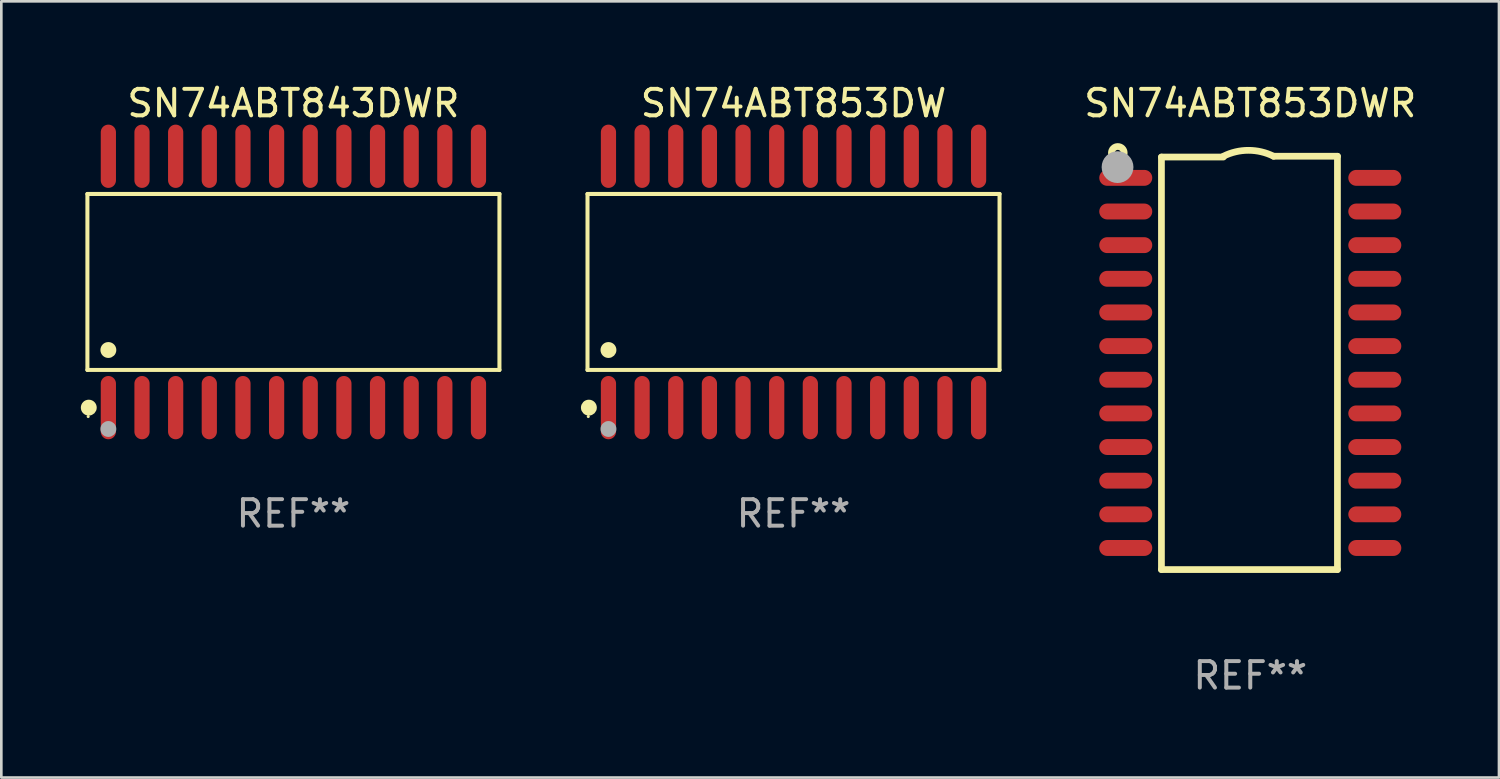
<source format=kicad_pcb>
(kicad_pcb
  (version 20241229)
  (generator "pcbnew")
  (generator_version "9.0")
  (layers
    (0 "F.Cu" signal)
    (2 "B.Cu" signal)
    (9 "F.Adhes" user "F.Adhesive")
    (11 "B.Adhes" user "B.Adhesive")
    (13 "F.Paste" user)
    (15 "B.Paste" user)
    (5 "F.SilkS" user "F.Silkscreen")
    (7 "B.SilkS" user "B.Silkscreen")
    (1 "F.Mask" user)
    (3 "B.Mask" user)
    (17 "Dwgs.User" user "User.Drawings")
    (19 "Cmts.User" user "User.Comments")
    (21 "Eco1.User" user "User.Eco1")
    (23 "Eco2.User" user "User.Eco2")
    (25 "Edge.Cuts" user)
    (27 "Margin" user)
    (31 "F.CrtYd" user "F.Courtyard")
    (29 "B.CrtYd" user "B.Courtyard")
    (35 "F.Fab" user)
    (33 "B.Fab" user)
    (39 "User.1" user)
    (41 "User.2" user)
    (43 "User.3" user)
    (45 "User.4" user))
  (footprint "SN74ABT843DWR"
    (layer "F.Cu")
    (at 8.025 7.592)
    (property "Reference" "SN74ABT843DWR" (at 0 -6.744 0) (layer "F.SilkS") (effects (font (size 1 1) (thickness 0.15))))
    (attr through_hole)
    (fp_line (start -7.776 -3.321) (end 7.776 -3.321) (stroke (width 0.152) (type solid)) (layer "F.SilkS"))
    (fp_line (start -7.776 3.321) (end -7.776 -3.321) (stroke (width 0.152) (type solid)) (layer "F.SilkS"))
    (fp_line (start 7.776 -3.321) (end 7.776 3.321) (stroke (width 0.152) (type solid)) (layer "F.SilkS"))
    (fp_line (start 7.776 3.321) (end -7.776 3.321) (stroke (width 0.152) (type solid)) (layer "F.SilkS"))
    (fp_circle (center -7.747 5.08) (end -7.717 5.08) (stroke (width 0.06) (type solid)) (fill no) (layer "F.SilkS"))
    (fp_circle (center -7.724 4.744) (end -7.574 4.744) (stroke (width 0.3) (type solid)) (fill no) (layer "F.SilkS"))
    (fp_circle (center -6.985 2.569) (end -6.835 2.569) (stroke (width 0.3) (type solid)) (fill no) (layer "F.SilkS"))
    (fp_circle (center -6.985 5.55) (end -6.835 5.55) (stroke (width 0.3) (type solid)) (fill no) (layer "F.Fab"))
    (fp_text user "REF**" (at 0 8.744 0) (layer "F.Fab") (effects (font (size 1 1) (thickness 0.15))))
    (pad "1" smd oval (at -6.985 4.744) (size 0.574 2.388) (layers "F.Cu" "F.Mask" "F.Paste"))
    (pad "2" smd oval (at -5.715 4.744) (size 0.574 2.388) (layers "F.Cu" "F.Mask" "F.Paste"))
    (pad "3" smd oval (at -4.445 4.744) (size 0.574 2.388) (layers "F.Cu" "F.Mask" "F.Paste"))
    (pad "4" smd oval (at -3.175 4.744) (size 0.574 2.388) (layers "F.Cu" "F.Mask" "F.Paste"))
    (pad "5" smd oval (at -1.905 4.744) (size 0.574 2.388) (layers "F.Cu" "F.Mask" "F.Paste"))
    (pad "6" smd oval (at -0.635 4.744) (size 0.574 2.388) (layers "F.Cu" "F.Mask" "F.Paste"))
    (pad "7" smd oval (at 0.635 4.744) (size 0.574 2.388) (layers "F.Cu" "F.Mask" "F.Paste"))
    (pad "8" smd oval (at 1.905 4.744) (size 0.574 2.388) (layers "F.Cu" "F.Mask" "F.Paste"))
    (pad "9" smd oval (at 3.175 4.744) (size 0.574 2.388) (layers "F.Cu" "F.Mask" "F.Paste"))
    (pad "10" smd oval (at 4.445 4.744) (size 0.574 2.388) (layers "F.Cu" "F.Mask" "F.Paste"))
    (pad "11" smd oval (at 5.715 4.744) (size 0.574 2.388) (layers "F.Cu" "F.Mask" "F.Paste"))
    (pad "12" smd oval (at 6.985 4.744) (size 0.574 2.388) (layers "F.Cu" "F.Mask" "F.Paste"))
    (pad "13" smd oval (at 6.985 -4.744) (size 0.574 2.388) (layers "F.Cu" "F.Mask" "F.Paste"))
    (pad "14" smd oval (at 5.715 -4.744) (size 0.574 2.388) (layers "F.Cu" "F.Mask" "F.Paste"))
    (pad "15" smd oval (at 4.445 -4.744) (size 0.574 2.388) (layers "F.Cu" "F.Mask" "F.Paste"))
    (pad "16" smd oval (at 3.175 -4.744) (size 0.574 2.388) (layers "F.Cu" "F.Mask" "F.Paste"))
    (pad "17" smd oval (at 1.905 -4.744) (size 0.574 2.388) (layers "F.Cu" "F.Mask" "F.Paste"))
    (pad "18" smd oval (at 0.635 -4.744) (size 0.574 2.388) (layers "F.Cu" "F.Mask" "F.Paste"))
    (pad "19" smd oval (at -0.635 -4.744) (size 0.574 2.388) (layers "F.Cu" "F.Mask" "F.Paste"))
    (pad "20" smd oval (at -1.905 -4.744) (size 0.574 2.388) (layers "F.Cu" "F.Mask" "F.Paste"))
    (pad "21" smd oval (at -3.175 -4.744) (size 0.574 2.388) (layers "F.Cu" "F.Mask" "F.Paste"))
    (pad "22" smd oval (at -4.445 -4.744) (size 0.574 2.388) (layers "F.Cu" "F.Mask" "F.Paste"))
    (pad "23" smd oval (at -5.715 -4.744) (size 0.574 2.388) (layers "F.Cu" "F.Mask" "F.Paste"))
    (pad "24" smd oval (at -6.985 -4.744) (size 0.574 2.388) (layers "F.Cu" "F.Mask" "F.Paste")))
  (footprint "SN74ABT853DW"
    (layer "F.Cu")
    (at 26.901 7.592)
    (property "Reference" "SN74ABT853DW" (at 0 -6.744 0) (layer "F.SilkS") (effects (font (size 1 1) (thickness 0.15))))
    (attr through_hole)
    (fp_line (start -7.776 -3.321) (end 7.776 -3.321) (stroke (width 0.152) (type solid)) (layer "F.SilkS"))
    (fp_line (start -7.776 3.321) (end -7.776 -3.321) (stroke (width 0.152) (type solid)) (layer "F.SilkS"))
    (fp_line (start 7.776 -3.321) (end 7.776 3.321) (stroke (width 0.152) (type solid)) (layer "F.SilkS"))
    (fp_line (start 7.776 3.321) (end -7.776 3.321) (stroke (width 0.152) (type solid)) (layer "F.SilkS"))
    (fp_circle (center -7.747 5.08) (end -7.717 5.08) (stroke (width 0.06) (type solid)) (fill no) (layer "F.SilkS"))
    (fp_circle (center -7.724 4.744) (end -7.574 4.744) (stroke (width 0.3) (type solid)) (fill no) (layer "F.SilkS"))
    (fp_circle (center -6.985 2.569) (end -6.835 2.569) (stroke (width 0.3) (type solid)) (fill no) (layer "F.SilkS"))
    (fp_circle (center -6.985 5.55) (end -6.835 5.55) (stroke (width 0.3) (type solid)) (fill no) (layer "F.Fab"))
    (fp_text user "REF**" (at 0 8.744 0) (layer "F.Fab") (effects (font (size 1 1) (thickness 0.15))))
    (pad "1" smd oval (at -6.985 4.744) (size 0.574 2.388) (layers "F.Cu" "F.Mask" "F.Paste"))
    (pad "2" smd oval (at -5.715 4.744) (size 0.574 2.388) (layers "F.Cu" "F.Mask" "F.Paste"))
    (pad "3" smd oval (at -4.445 4.744) (size 0.574 2.388) (layers "F.Cu" "F.Mask" "F.Paste"))
    (pad "4" smd oval (at -3.175 4.744) (size 0.574 2.388) (layers "F.Cu" "F.Mask" "F.Paste"))
    (pad "5" smd oval (at -1.905 4.744) (size 0.574 2.388) (layers "F.Cu" "F.Mask" "F.Paste"))
    (pad "6" smd oval (at -0.635 4.744) (size 0.574 2.388) (layers "F.Cu" "F.Mask" "F.Paste"))
    (pad "7" smd oval (at 0.635 4.744) (size 0.574 2.388) (layers "F.Cu" "F.Mask" "F.Paste"))
    (pad "8" smd oval (at 1.905 4.744) (size 0.574 2.388) (layers "F.Cu" "F.Mask" "F.Paste"))
    (pad "9" smd oval (at 3.175 4.744) (size 0.574 2.388) (layers "F.Cu" "F.Mask" "F.Paste"))
    (pad "10" smd oval (at 4.445 4.744) (size 0.574 2.388) (layers "F.Cu" "F.Mask" "F.Paste"))
    (pad "11" smd oval (at 5.715 4.744) (size 0.574 2.388) (layers "F.Cu" "F.Mask" "F.Paste"))
    (pad "12" smd oval (at 6.985 4.744) (size 0.574 2.388) (layers "F.Cu" "F.Mask" "F.Paste"))
    (pad "13" smd oval (at 6.985 -4.744) (size 0.574 2.388) (layers "F.Cu" "F.Mask" "F.Paste"))
    (pad "14" smd oval (at 5.715 -4.744) (size 0.574 2.388) (layers "F.Cu" "F.Mask" "F.Paste"))
    (pad "15" smd oval (at 4.445 -4.744) (size 0.574 2.388) (layers "F.Cu" "F.Mask" "F.Paste"))
    (pad "16" smd oval (at 3.175 -4.744) (size 0.574 2.388) (layers "F.Cu" "F.Mask" "F.Paste"))
    (pad "17" smd oval (at 1.905 -4.744) (size 0.574 2.388) (layers "F.Cu" "F.Mask" "F.Paste"))
    (pad "18" smd oval (at 0.635 -4.744) (size 0.574 2.388) (layers "F.Cu" "F.Mask" "F.Paste"))
    (pad "19" smd oval (at -0.635 -4.744) (size 0.574 2.388) (layers "F.Cu" "F.Mask" "F.Paste"))
    (pad "20" smd oval (at -1.905 -4.744) (size 0.574 2.388) (layers "F.Cu" "F.Mask" "F.Paste"))
    (pad "21" smd oval (at -3.175 -4.744) (size 0.574 2.388) (layers "F.Cu" "F.Mask" "F.Paste"))
    (pad "22" smd oval (at -4.445 -4.744) (size 0.574 2.388) (layers "F.Cu" "F.Mask" "F.Paste"))
    (pad "23" smd oval (at -5.715 -4.744) (size 0.574 2.388) (layers "F.Cu" "F.Mask" "F.Paste"))
    (pad "24" smd oval (at -6.985 -4.744) (size 0.574 2.388) (layers "F.Cu" "F.Mask" "F.Paste")))
  (footprint "SN74ABT853DWR"
    (layer "F.Cu")
    (at 44.141 10.648)
    (property "Reference" "SN74ABT853DWR" (at 0 -9.8 0) (layer "F.SilkS") (effects (font (size 1 1) (thickness 0.15))))
    (attr through_hole)
    (fp_line (start -3.353 -7.77) (end -1.016 -7.77) (stroke (width 0.254) (type solid)) (layer "F.SilkS"))
    (fp_line (start -3.353 7.8) (end -3.353 -7.77) (stroke (width 0.254) (type solid)) (layer "F.SilkS"))
    (fp_line (start 0.881 -7.8) (end 3.29 -7.8) (stroke (width 0.254) (type solid)) (layer "F.SilkS"))
    (fp_line (start 3.29 -7.8) (end 3.29 7.8) (stroke (width 0.254) (type solid)) (layer "F.SilkS"))
    (fp_line (start 3.29 7.8) (end -3.353 7.8) (stroke (width 0.254) (type solid)) (layer "F.SilkS"))
    (fp_arc (start -1.015951 -7.800025) (mid -0.067691 -8.023879) (end 0.880569 -7.800025) (stroke (width 0.254001) (type solid)) (layer "F.SilkS"))
    (fp_circle (center -5 -7.927) (end -4.886 -7.927) (stroke (width 0.254) (type solid)) (fill no) (layer "F.SilkS"))
    (fp_circle (center -5.01 -7.39) (end -4.71 -7.39) (stroke (width 0.6) (type solid)) (fill no) (layer "F.Fab"))
    (fp_text user "REF**" (at 0 11.8 0) (layer "F.Fab") (effects (font (size 1 1) (thickness 0.15))))
    (pad "1" smd oval (at -4.7 -6.985 270) (size 0.6 2) (layers "F.Cu" "F.Mask" "F.Paste"))
    (pad "2" smd oval (at -4.7 -5.715 270) (size 0.6 2) (layers "F.Cu" "F.Mask" "F.Paste"))
    (pad "3" smd oval (at -4.7 -4.445 270) (size 0.6 2) (layers "F.Cu" "F.Mask" "F.Paste"))
    (pad "4" smd oval (at -4.7 -3.175 270) (size 0.6 2) (layers "F.Cu" "F.Mask" "F.Paste"))
    (pad "5" smd oval (at -4.7 -1.905 270) (size 0.6 2) (layers "F.Cu" "F.Mask" "F.Paste"))
    (pad "6" smd oval (at -4.7 -0.635 270) (size 0.6 2) (layers "F.Cu" "F.Mask" "F.Paste"))
    (pad "7" smd oval (at -4.7 0.635 270) (size 0.6 2) (layers "F.Cu" "F.Mask" "F.Paste"))
    (pad "8" smd oval (at -4.7 1.905 270) (size 0.6 2) (layers "F.Cu" "F.Mask" "F.Paste"))
    (pad "9" smd oval (at -4.7 3.175 270) (size 0.6 2) (layers "F.Cu" "F.Mask" "F.Paste"))
    (pad "10" smd oval (at -4.7 4.445 270) (size 0.6 2) (layers "F.Cu" "F.Mask" "F.Paste"))
    (pad "11" smd oval (at -4.7 5.715 270) (size 0.6 2) (layers "F.Cu" "F.Mask" "F.Paste"))
    (pad "12" smd oval (at -4.7 6.985 270) (size 0.6 2) (layers "F.Cu" "F.Mask" "F.Paste"))
    (pad "13" smd oval (at 4.7 6.985 270) (size 0.6 2) (layers "F.Cu" "F.Mask" "F.Paste"))
    (pad "14" smd oval (at 4.7 5.715 270) (size 0.6 2) (layers "F.Cu" "F.Mask" "F.Paste"))
    (pad "15" smd oval (at 4.7 4.445 270) (size 0.6 2) (layers "F.Cu" "F.Mask" "F.Paste"))
    (pad "16" smd oval (at 4.7 3.175 270) (size 0.6 2) (layers "F.Cu" "F.Mask" "F.Paste"))
    (pad "17" smd oval (at 4.7 1.905 270) (size 0.6 2) (layers "F.Cu" "F.Mask" "F.Paste"))
    (pad "18" smd oval (at 4.7 0.635 270) (size 0.6 2) (layers "F.Cu" "F.Mask" "F.Paste"))
    (pad "19" smd oval (at 4.7 -0.635 270) (size 0.6 2) (layers "F.Cu" "F.Mask" "F.Paste"))
    (pad "20" smd oval (at 4.7 -1.905 270) (size 0.6 2) (layers "F.Cu" "F.Mask" "F.Paste"))
    (pad "21" smd oval (at 4.7 -3.175 270) (size 0.6 2) (layers "F.Cu" "F.Mask" "F.Paste"))
    (pad "22" smd oval (at 4.7 -4.445 270) (size 0.6 2) (layers "F.Cu" "F.Mask" "F.Paste"))
    (pad "23" smd oval (at 4.7 -5.715 270) (size 0.6 2) (layers "F.Cu" "F.Mask" "F.Paste"))
    (pad "24" smd oval (at 4.7 -6.985 270) (size 0.6 2) (layers "F.Cu" "F.Mask" "F.Paste")))
  (gr_rect
    (start -3 -3)
    (end 53.528 26.297)
    (stroke (width 0.1) (type default))
    (fill no)
    (layer "Edge.Cuts")))
</source>
